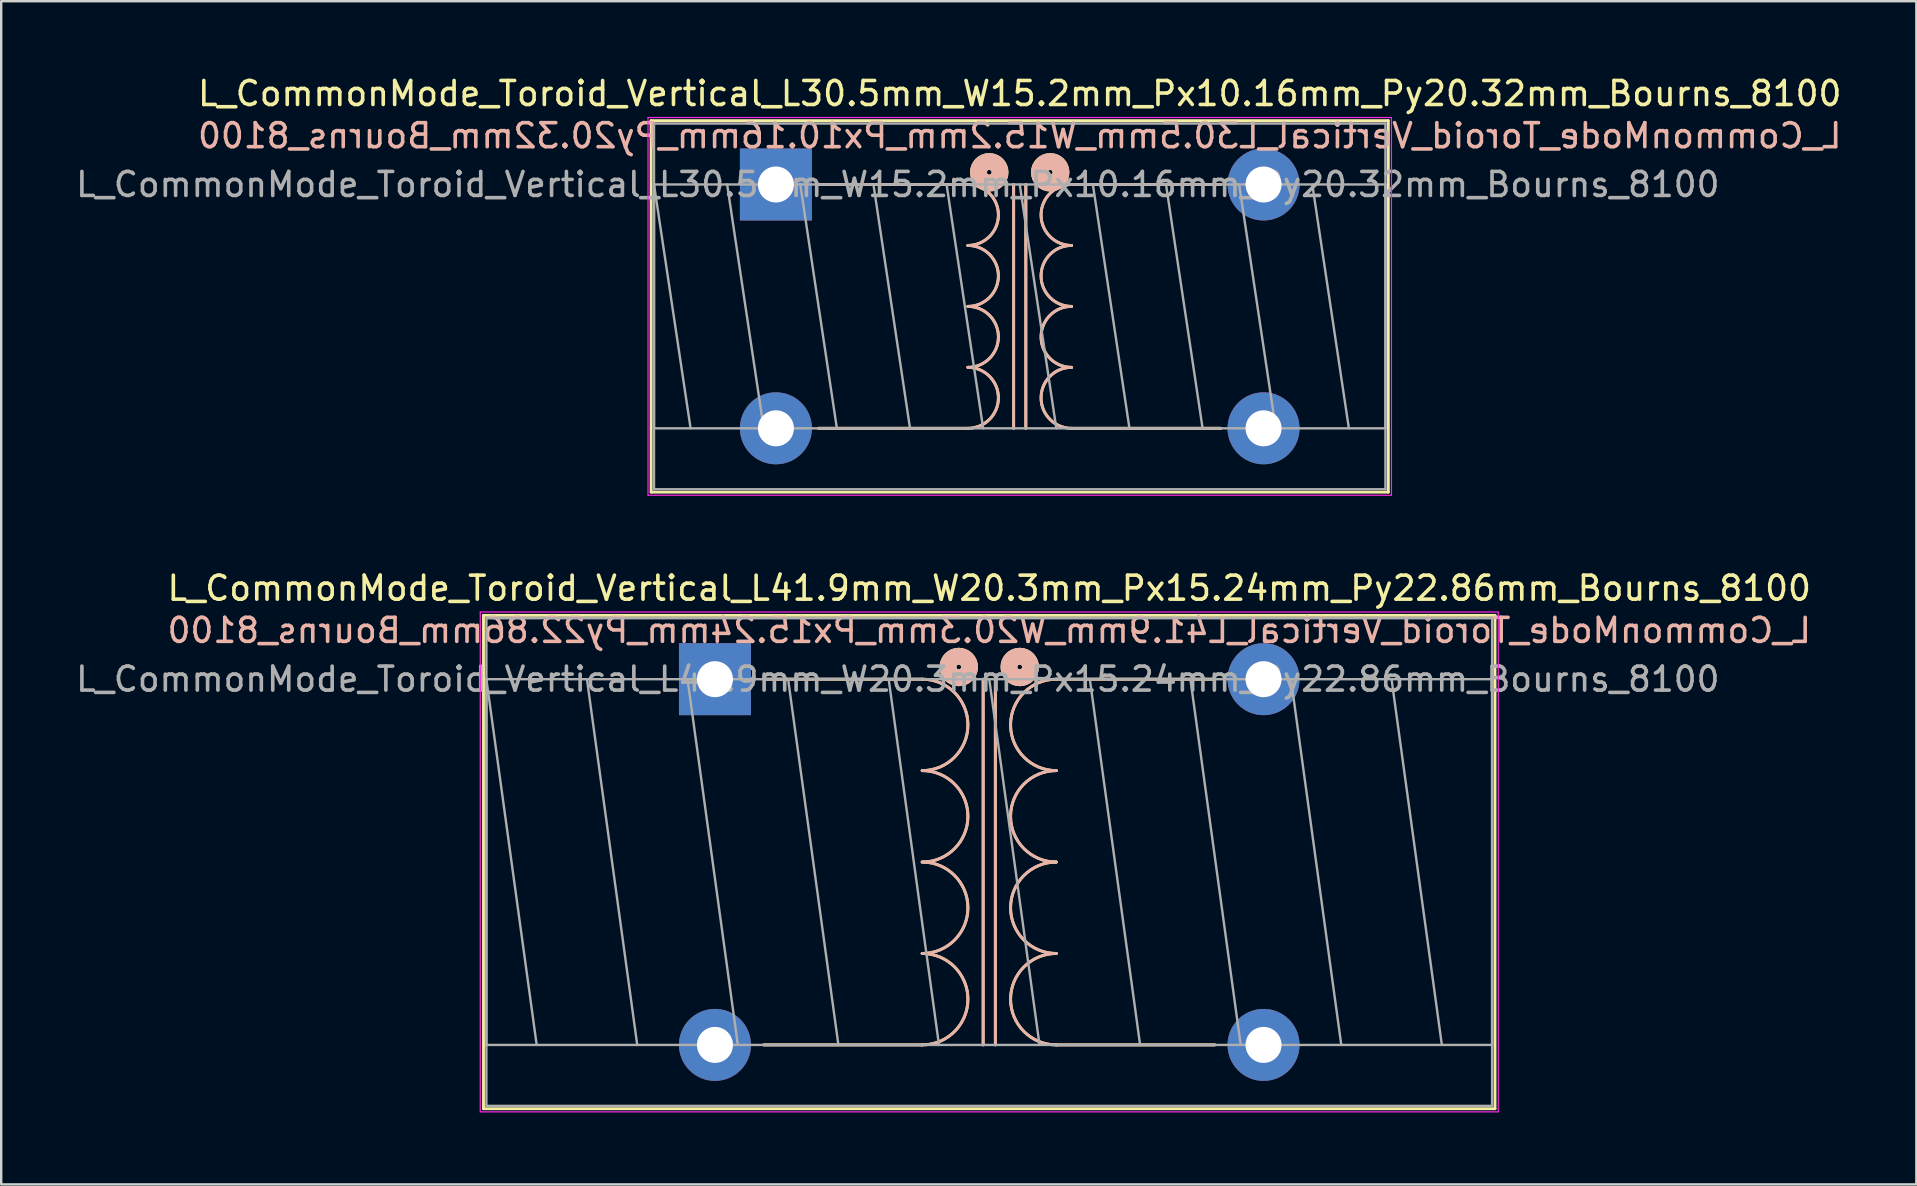
<source format=kicad_pcb>
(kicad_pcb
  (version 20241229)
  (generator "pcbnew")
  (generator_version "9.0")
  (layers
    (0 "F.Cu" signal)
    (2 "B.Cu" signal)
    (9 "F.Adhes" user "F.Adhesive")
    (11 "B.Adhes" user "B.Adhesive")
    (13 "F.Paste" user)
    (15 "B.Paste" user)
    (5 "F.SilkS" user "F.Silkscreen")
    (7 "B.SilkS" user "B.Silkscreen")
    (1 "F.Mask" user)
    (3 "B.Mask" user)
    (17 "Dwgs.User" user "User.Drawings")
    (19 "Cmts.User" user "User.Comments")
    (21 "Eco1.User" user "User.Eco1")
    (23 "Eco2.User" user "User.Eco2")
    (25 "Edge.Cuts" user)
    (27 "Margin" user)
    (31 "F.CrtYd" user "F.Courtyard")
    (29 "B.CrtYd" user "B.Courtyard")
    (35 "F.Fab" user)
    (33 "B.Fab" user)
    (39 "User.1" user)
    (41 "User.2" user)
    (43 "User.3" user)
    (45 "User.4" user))
  (footprint "L_CommonMode_Toroid_Vertical_L41.9mm_W20.3mm_Px15.24mm_Py22.86mm_Bourns_8100"
    (layer "F.Cu")
    (at 26.743 25.252)
    (property "Reference" "L_CommonMode_Toroid_Vertical_L41.9mm_W20.3mm_Px15.24mm_Py22.86mm_Bourns_8100" (at 11.43 -3.79 0) (layer "F.SilkS") (effects (font (size 1 1) (thickness 0.15))))
    (fp_line (start -9.645 -2.66) (end -9.645 17.9) (stroke (width 0.12) (type solid)) (layer "F.SilkS"))
    (fp_line (start -9.645 -2.66) (end 32.505 -2.66) (stroke (width 0.12) (type solid)) (layer "F.SilkS"))
    (fp_line (start -9.645 17.9) (end 32.505 17.9) (stroke (width 0.12) (type solid)) (layer "F.SilkS"))
    (fp_line (start 2.032 0) (end 8.636 0) (stroke (width 0.12) (type solid)) (layer "F.SilkS"))
    (fp_line (start 2.032 15.24) (end 8.636 15.24) (stroke (width 0.12) (type solid)) (layer "F.SilkS"))
    (fp_line (start 11.176 0) (end 11.176 15.24) (stroke (width 0.12) (type solid)) (layer "F.SilkS"))
    (fp_line (start 11.684 15.24) (end 11.684 0) (stroke (width 0.12) (type solid)) (layer "F.SilkS"))
    (fp_line (start 20.828 0) (end 14.224 0) (stroke (width 0.12) (type solid)) (layer "F.SilkS"))
    (fp_line (start 20.828 15.24) (end 14.224 15.24) (stroke (width 0.12) (type solid)) (layer "F.SilkS"))
    (fp_line (start 32.505 -2.66) (end 32.505 17.9) (stroke (width 0.12) (type solid)) (layer "F.SilkS"))
    (fp_arc (start 8.636 0) (mid 10.541 1.905) (end 8.636 3.81) (stroke (width 0.12) (type solid)) (layer "F.SilkS"))
    (fp_arc (start 8.636 3.81) (mid 10.541 5.715) (end 8.636 7.62) (stroke (width 0.12) (type solid)) (layer "F.SilkS"))
    (fp_arc (start 8.636 7.62) (mid 10.541 9.525) (end 8.636 11.43) (stroke (width 0.12) (type solid)) (layer "F.SilkS"))
    (fp_arc (start 8.636 11.43) (mid 10.541 13.335) (end 8.636 15.24) (stroke (width 0.12) (type solid)) (layer "F.SilkS"))
    (fp_arc (start 14.224 3.81) (mid 12.319 1.905) (end 14.224 0) (stroke (width 0.12) (type solid)) (layer "F.SilkS"))
    (fp_arc (start 14.224 7.62) (mid 12.319 5.715) (end 14.224 3.81) (stroke (width 0.12) (type solid)) (layer "F.SilkS"))
    (fp_arc (start 14.224 11.43) (mid 12.319 9.525) (end 14.224 7.62) (stroke (width 0.12) (type solid)) (layer "F.SilkS"))
    (fp_arc (start 14.224 15.24) (mid 12.319 13.335) (end 14.224 11.43) (stroke (width 0.12) (type solid)) (layer "F.SilkS"))
    (fp_circle (center 10.16 -0.508) (end 10.26 -0.508) (stroke (width 0.7) (type solid)) (fill no) (layer "F.SilkS"))
    (fp_circle (center 12.7 -0.508) (end 12.8 -0.508) (stroke (width 0.7) (type solid)) (fill no) (layer "F.SilkS"))
    (fp_line (start 2.032 0) (end 8.636 0) (stroke (width 0.12) (type solid)) (layer "B.SilkS"))
    (fp_line (start 2.032 15.24) (end 8.636 15.24) (stroke (width 0.12) (type solid)) (layer "B.SilkS"))
    (fp_line (start 11.176 15.24) (end 11.176 0) (stroke (width 0.12) (type solid)) (layer "B.SilkS"))
    (fp_line (start 11.684 0) (end 11.684 15.24) (stroke (width 0.12) (type solid)) (layer "B.SilkS"))
    (fp_line (start 20.828 0) (end 14.224 0) (stroke (width 0.12) (type solid)) (layer "B.SilkS"))
    (fp_line (start 20.828 15.24) (end 14.224 15.24) (stroke (width 0.12) (type solid)) (layer "B.SilkS"))
    (fp_arc (start 8.636 0) (mid 10.541 1.905) (end 8.636 3.81) (stroke (width 0.12) (type solid)) (layer "B.SilkS"))
    (fp_arc (start 8.636 3.81) (mid 10.541 5.715) (end 8.636 7.62) (stroke (width 0.12) (type solid)) (layer "B.SilkS"))
    (fp_arc (start 8.636 7.62) (mid 10.541 9.525) (end 8.636 11.43) (stroke (width 0.12) (type solid)) (layer "B.SilkS"))
    (fp_arc (start 8.636 11.43) (mid 10.541 13.335) (end 8.636 15.24) (stroke (width 0.12) (type solid)) (layer "B.SilkS"))
    (fp_arc (start 14.224 3.81) (mid 12.319 1.905) (end 14.224 0) (stroke (width 0.12) (type solid)) (layer "B.SilkS"))
    (fp_arc (start 14.224 7.62) (mid 12.319 5.715) (end 14.224 3.81) (stroke (width 0.12) (type solid)) (layer "B.SilkS"))
    (fp_arc (start 14.224 11.43) (mid 12.319 9.525) (end 14.224 7.62) (stroke (width 0.12) (type solid)) (layer "B.SilkS"))
    (fp_arc (start 14.224 15.24) (mid 12.319 13.335) (end 14.224 11.43) (stroke (width 0.12) (type solid)) (layer "B.SilkS"))
    (fp_circle (center 10.16 -0.508) (end 10.06 -0.508) (stroke (width 0.7) (type solid)) (fill no) (layer "B.SilkS"))
    (fp_circle (center 12.7 -0.508) (end 12.6 -0.508) (stroke (width 0.7) (type solid)) (fill no) (layer "B.SilkS"))
    (fp_line (start -9.78 -2.8) (end -9.78 18.03) (stroke (width 0.05) (type solid)) (layer "F.CrtYd"))
    (fp_line (start -9.78 18.03) (end 32.64 18.03) (stroke (width 0.05) (type solid)) (layer "F.CrtYd"))
    (fp_line (start 32.64 -2.8) (end -9.78 -2.8) (stroke (width 0.05) (type solid)) (layer "F.CrtYd"))
    (fp_line (start 32.64 18.03) (end 32.64 -2.8) (stroke (width 0.05) (type solid)) (layer "F.CrtYd"))
    (fp_line (start -9.525 -2.54) (end -9.525 17.78) (stroke (width 0.1) (type solid)) (layer "F.Fab"))
    (fp_line (start -9.525 0) (end -9.525 15.24) (stroke (width 0.1) (type solid)) (layer "F.Fab"))
    (fp_line (start -9.525 0) (end -7.429 15.24) (stroke (width 0.1) (type solid)) (layer "F.Fab"))
    (fp_line (start -9.525 15.24) (end 32.385 15.24) (stroke (width 0.1) (type solid)) (layer "F.Fab"))
    (fp_line (start -9.525 17.78) (end 32.385 17.78) (stroke (width 0.1) (type solid)) (layer "F.Fab"))
    (fp_line (start -5.334 0) (end -3.239 15.24) (stroke (width 0.1) (type solid)) (layer "F.Fab"))
    (fp_line (start -1.143 0) (end 0.953 15.24) (stroke (width 0.1) (type solid)) (layer "F.Fab"))
    (fp_line (start 3.048 0) (end 5.144 15.24) (stroke (width 0.1) (type solid)) (layer "F.Fab"))
    (fp_line (start 7.239 0) (end 9.335 15.24) (stroke (width 0.1) (type solid)) (layer "F.Fab"))
    (fp_line (start 11.43 0) (end 13.525 15.24) (stroke (width 0.1) (type solid)) (layer "F.Fab"))
    (fp_line (start 15.621 0) (end 17.716 15.24) (stroke (width 0.1) (type solid)) (layer "F.Fab"))
    (fp_line (start 19.812 0) (end 21.907 15.24) (stroke (width 0.1) (type solid)) (layer "F.Fab"))
    (fp_line (start 24.003 0) (end 26.099 15.24) (stroke (width 0.1) (type solid)) (layer "F.Fab"))
    (fp_line (start 28.194 0) (end 30.29 15.24) (stroke (width 0.1) (type solid)) (layer "F.Fab"))
    (fp_line (start 32.385 -2.54) (end -9.525 -2.54) (stroke (width 0.1) (type solid)) (layer "F.Fab"))
    (fp_line (start 32.385 0) (end -9.525 0) (stroke (width 0.1) (type solid)) (layer "F.Fab"))
    (fp_line (start 32.385 15.24) (end 32.385 0) (stroke (width 0.1) (type solid)) (layer "F.Fab"))
    (fp_line (start 32.385 17.78) (end 32.385 -2.54) (stroke (width 0.1) (type solid)) (layer "F.Fab"))
    (fp_text user "${REFERENCE}" (at 11.43 -2.032 0) (layer "B.SilkS") (effects (font (size 1 1) (thickness 0.15)) (justify mirror)))
    (fp_text user "${REFERENCE}" (at 7.62 0 0) (layer "F.Fab") (effects (font (size 1 1) (thickness 0.15))))
    (pad "1" thru_hole rect (at 0 0) (size 3 3) (drill 1.5) (layers "*.Cu" "*.Mask"))
    (pad "2" thru_hole circle (at 0 15.24) (size 3 3) (drill 1.5) (layers "*.Cu" "*.Mask"))
    (pad "3" thru_hole circle (at 22.86 15.24) (size 3 3) (drill 1.5) (layers "*.Cu" "*.Mask"))
    (pad "4" thru_hole circle (at 22.86 0) (size 3 3) (drill 1.5) (layers "*.Cu" "*.Mask")))
  (footprint "L_CommonMode_Toroid_Vertical_L30.5mm_W15.2mm_Px10.16mm_Py20.32mm_Bourns_8100"
    (layer "F.Cu")
    (at 29.283 4.638)
    (property "Reference" "L_CommonMode_Toroid_Vertical_L30.5mm_W15.2mm_Px10.16mm_Py20.32mm_Bourns_8100" (at 10.16 -3.79 0) (layer "F.SilkS") (effects (font (size 1 1) (thickness 0.15))))
    (fp_line (start -5.2 -2.66) (end -5.2 12.82) (stroke (width 0.12) (type solid)) (layer "F.SilkS"))
    (fp_line (start -5.2 -2.66) (end 25.52 -2.66) (stroke (width 0.12) (type solid)) (layer "F.SilkS"))
    (fp_line (start -5.2 12.82) (end 25.52 12.82) (stroke (width 0.12) (type solid)) (layer "F.SilkS"))
    (fp_line (start 1.778 0) (end 8.001 0) (stroke (width 0.12) (type solid)) (layer "F.SilkS"))
    (fp_line (start 1.778 10.16) (end 8.001 10.16) (stroke (width 0.12) (type solid)) (layer "F.SilkS"))
    (fp_line (start 9.906 10.16) (end 9.906 0) (stroke (width 0.12) (type solid)) (layer "F.SilkS"))
    (fp_line (start 10.414 0) (end 10.414 10.16) (stroke (width 0.12) (type solid)) (layer "F.SilkS"))
    (fp_line (start 12.319 0) (end 18.542 0) (stroke (width 0.12) (type solid)) (layer "F.SilkS"))
    (fp_line (start 12.319 10.16) (end 18.542 10.16) (stroke (width 0.12) (type solid)) (layer "F.SilkS"))
    (fp_line (start 25.52 -2.66) (end 25.52 12.82) (stroke (width 0.12) (type solid)) (layer "F.SilkS"))
    (fp_arc (start 8.001 0) (mid 9.271 1.27) (end 8.001 2.54) (stroke (width 0.12) (type solid)) (layer "F.SilkS"))
    (fp_arc (start 8.001 2.54) (mid 9.271 3.81) (end 8.001 5.08) (stroke (width 0.12) (type solid)) (layer "F.SilkS"))
    (fp_arc (start 8.001 5.08) (mid 9.271 6.35) (end 8.001 7.62) (stroke (width 0.12) (type solid)) (layer "F.SilkS"))
    (fp_arc (start 8.001 7.62) (mid 9.271 8.89) (end 8.001 10.16) (stroke (width 0.12) (type solid)) (layer "F.SilkS"))
    (fp_arc (start 12.319 2.54) (mid 11.049 1.27) (end 12.319 0) (stroke (width 0.12) (type solid)) (layer "F.SilkS"))
    (fp_arc (start 12.319 5.08) (mid 11.049 3.81) (end 12.319 2.54) (stroke (width 0.12) (type solid)) (layer "F.SilkS"))
    (fp_arc (start 12.319 7.62) (mid 11.049 6.35) (end 12.319 5.08) (stroke (width 0.12) (type solid)) (layer "F.SilkS"))
    (fp_arc (start 12.319 10.16) (mid 11.049 8.89) (end 12.319 7.62) (stroke (width 0.12) (type solid)) (layer "F.SilkS"))
    (fp_circle (center 8.89 -0.508) (end 8.99 -0.508) (stroke (width 0.7) (type solid)) (fill no) (layer "F.SilkS"))
    (fp_circle (center 11.43 -0.508) (end 11.53 -0.508) (stroke (width 0.7) (type solid)) (fill no) (layer "F.SilkS"))
    (fp_line (start 8.001 0) (end 1.778 0) (stroke (width 0.12) (type solid)) (layer "B.SilkS"))
    (fp_line (start 8.001 10.16) (end 1.778 10.16) (stroke (width 0.12) (type solid)) (layer "B.SilkS"))
    (fp_line (start 9.906 0) (end 9.906 10.16) (stroke (width 0.12) (type solid)) (layer "B.SilkS"))
    (fp_line (start 10.414 10.16) (end 10.414 0) (stroke (width 0.12) (type solid)) (layer "B.SilkS"))
    (fp_line (start 18.542 0) (end 12.319 0) (stroke (width 0.12) (type solid)) (layer "B.SilkS"))
    (fp_line (start 18.542 10.16) (end 12.319 10.16) (stroke (width 0.12) (type solid)) (layer "B.SilkS"))
    (fp_arc (start 8.001 0) (mid 9.271 1.27) (end 8.001 2.54) (stroke (width 0.12) (type solid)) (layer "B.SilkS"))
    (fp_arc (start 8.001 2.54) (mid 9.271 3.81) (end 8.001 5.08) (stroke (width 0.12) (type solid)) (layer "B.SilkS"))
    (fp_arc (start 8.001 5.08) (mid 9.271 6.35) (end 8.001 7.62) (stroke (width 0.12) (type solid)) (layer "B.SilkS"))
    (fp_arc (start 8.001 7.62) (mid 9.271 8.89) (end 8.001 10.16) (stroke (width 0.12) (type solid)) (layer "B.SilkS"))
    (fp_arc (start 12.319 2.54) (mid 11.049 1.27) (end 12.319 0) (stroke (width 0.12) (type solid)) (layer "B.SilkS"))
    (fp_arc (start 12.319 5.08) (mid 11.049 3.81) (end 12.319 2.54) (stroke (width 0.12) (type solid)) (layer "B.SilkS"))
    (fp_arc (start 12.319 7.62) (mid 11.049 6.35) (end 12.319 5.08) (stroke (width 0.12) (type solid)) (layer "B.SilkS"))
    (fp_arc (start 12.319 10.16) (mid 11.049 8.89) (end 12.319 7.62) (stroke (width 0.12) (type solid)) (layer "B.SilkS"))
    (fp_circle (center 8.89 -0.508) (end 8.79 -0.508) (stroke (width 0.7) (type solid)) (fill no) (layer "B.SilkS"))
    (fp_circle (center 11.43 -0.508) (end 11.33 -0.508) (stroke (width 0.7) (type solid)) (fill no) (layer "B.SilkS"))
    (fp_line (start -5.33 -2.79) (end -5.33 12.95) (stroke (width 0.05) (type solid)) (layer "F.CrtYd"))
    (fp_line (start -5.33 12.95) (end 25.65 12.95) (stroke (width 0.05) (type solid)) (layer "F.CrtYd"))
    (fp_line (start 25.65 -2.79) (end -5.33 -2.79) (stroke (width 0.05) (type solid)) (layer "F.CrtYd"))
    (fp_line (start 25.65 12.95) (end 25.65 -2.79) (stroke (width 0.05) (type solid)) (layer "F.CrtYd"))
    (fp_line (start -5.08 -2.54) (end -5.08 12.7) (stroke (width 0.1) (type solid)) (layer "F.Fab"))
    (fp_line (start -5.08 0) (end -5.08 10.16) (stroke (width 0.1) (type solid)) (layer "F.Fab"))
    (fp_line (start -5.08 0) (end -3.556 10.16) (stroke (width 0.1) (type solid)) (layer "F.Fab"))
    (fp_line (start -5.08 10.16) (end 25.4 10.16) (stroke (width 0.1) (type solid)) (layer "F.Fab"))
    (fp_line (start -5.08 12.7) (end 25.4 12.7) (stroke (width 0.1) (type solid)) (layer "F.Fab"))
    (fp_line (start -2.032 0) (end -0.508 10.16) (stroke (width 0.1) (type solid)) (layer "F.Fab"))
    (fp_line (start 1.016 0) (end 2.54 10.16) (stroke (width 0.1) (type solid)) (layer "F.Fab"))
    (fp_line (start 4.064 0) (end 5.588 10.16) (stroke (width 0.1) (type solid)) (layer "F.Fab"))
    (fp_line (start 7.112 0) (end 8.636 10.16) (stroke (width 0.1) (type solid)) (layer "F.Fab"))
    (fp_line (start 10.16 0) (end 11.684 10.16) (stroke (width 0.1) (type solid)) (layer "F.Fab"))
    (fp_line (start 13.208 0) (end 14.732 10.16) (stroke (width 0.1) (type solid)) (layer "F.Fab"))
    (fp_line (start 16.256 0) (end 17.78 10.16) (stroke (width 0.1) (type solid)) (layer "F.Fab"))
    (fp_line (start 19.304 0) (end 20.828 10.16) (stroke (width 0.1) (type solid)) (layer "F.Fab"))
    (fp_line (start 22.352 0) (end 23.876 10.16) (stroke (width 0.1) (type solid)) (layer "F.Fab"))
    (fp_line (start 25.4 -2.54) (end -5.08 -2.54) (stroke (width 0.1) (type solid)) (layer "F.Fab"))
    (fp_line (start 25.4 0) (end -5.08 0) (stroke (width 0.1) (type solid)) (layer "F.Fab"))
    (fp_line (start 25.4 10.16) (end 25.4 0) (stroke (width 0.1) (type solid)) (layer "F.Fab"))
    (fp_line (start 25.4 12.7) (end 25.4 -2.54) (stroke (width 0.1) (type solid)) (layer "F.Fab"))
    (fp_text user "${REFERENCE}" (at 10.16 -2.032 0) (layer "B.SilkS") (effects (font (size 1 1) (thickness 0.15)) (justify mirror)))
    (fp_text user "${REFERENCE}" (at 5.08 0 0) (layer "F.Fab") (effects (font (size 1 1) (thickness 0.15))))
    (pad "1" thru_hole rect (at 0 0) (size 3 3) (drill 1.5) (layers "*.Cu" "*.Mask"))
    (pad "2" thru_hole circle (at 0 10.16) (size 3 3) (drill 1.5) (layers "*.Cu" "*.Mask"))
    (pad "3" thru_hole circle (at 20.32 10.16) (size 3 3) (drill 1.5) (layers "*.Cu" "*.Mask"))
    (pad "4" thru_hole circle (at 20.32 0) (size 3 3) (drill 1.5) (layers "*.Cu" "*.Mask")))
  (gr_rect
    (start -3 -3)
    (end 76.806 46.306)
    (stroke (width 0.1) (type default))
    (fill no)
    (layer "Edge.Cuts")))
</source>
